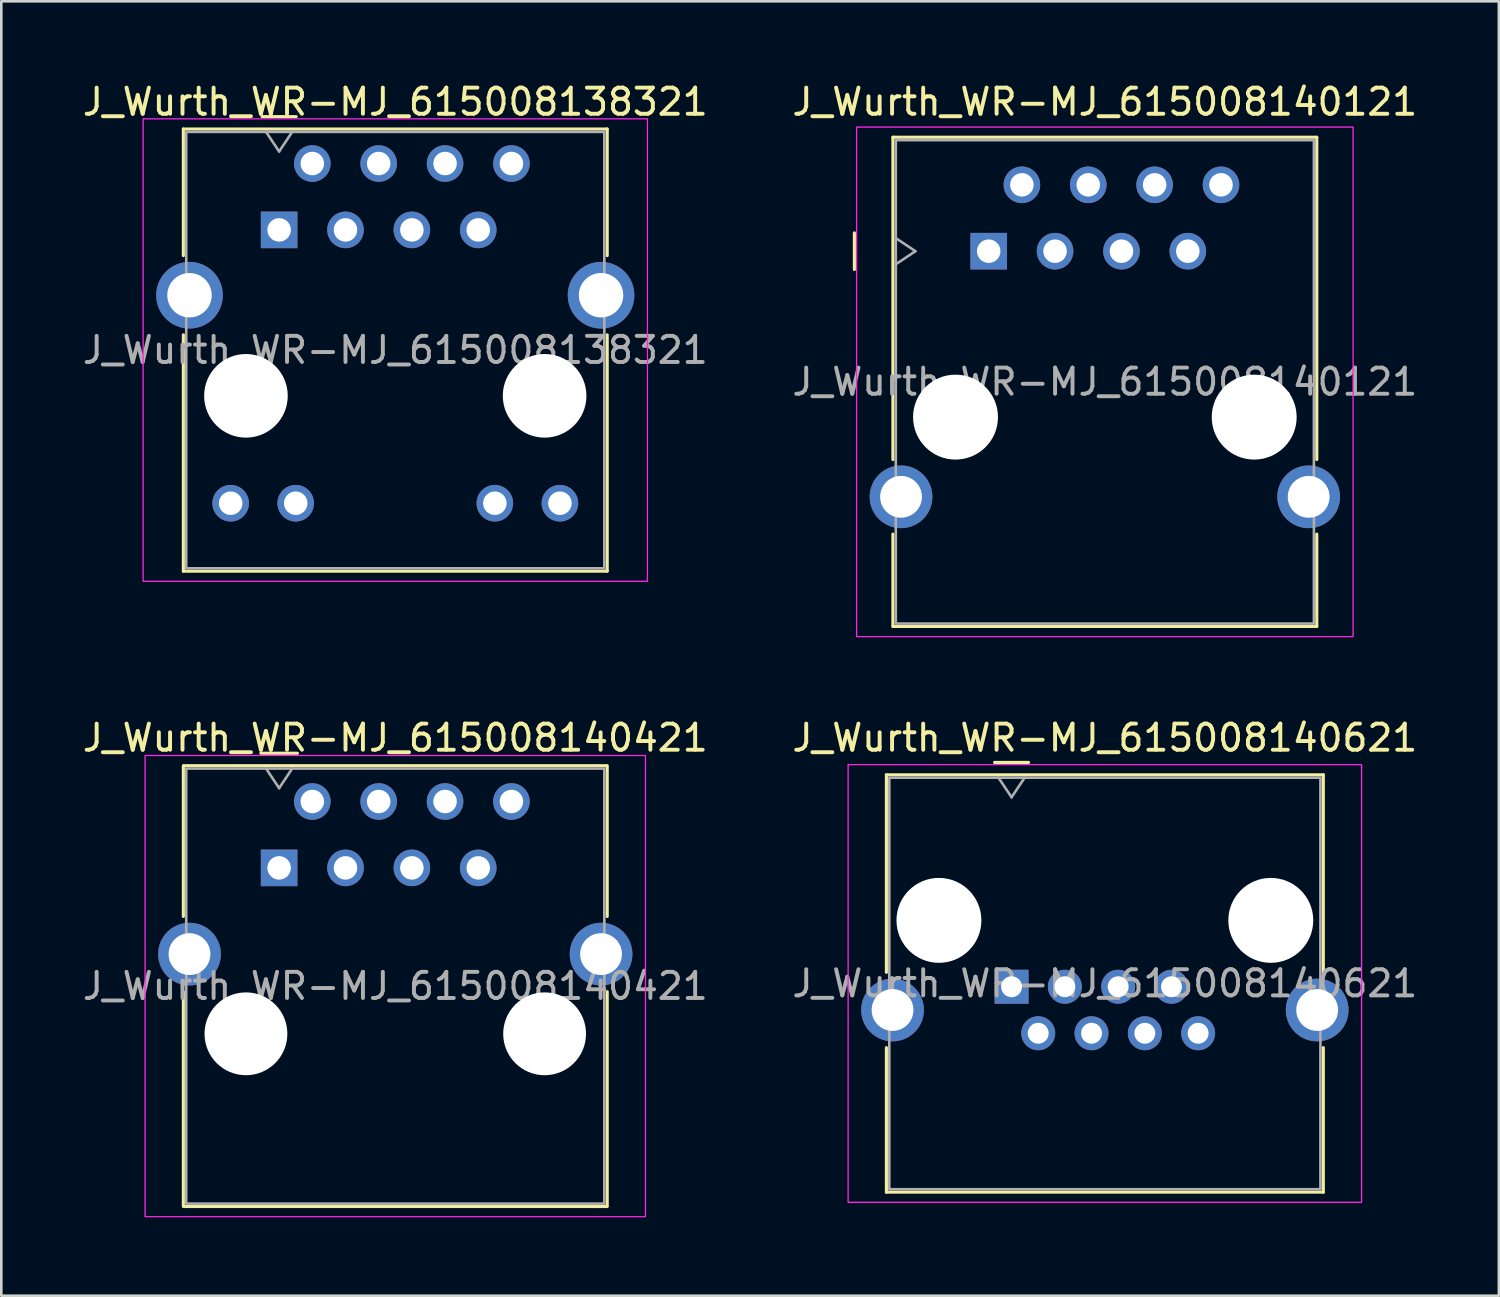
<source format=kicad_pcb>
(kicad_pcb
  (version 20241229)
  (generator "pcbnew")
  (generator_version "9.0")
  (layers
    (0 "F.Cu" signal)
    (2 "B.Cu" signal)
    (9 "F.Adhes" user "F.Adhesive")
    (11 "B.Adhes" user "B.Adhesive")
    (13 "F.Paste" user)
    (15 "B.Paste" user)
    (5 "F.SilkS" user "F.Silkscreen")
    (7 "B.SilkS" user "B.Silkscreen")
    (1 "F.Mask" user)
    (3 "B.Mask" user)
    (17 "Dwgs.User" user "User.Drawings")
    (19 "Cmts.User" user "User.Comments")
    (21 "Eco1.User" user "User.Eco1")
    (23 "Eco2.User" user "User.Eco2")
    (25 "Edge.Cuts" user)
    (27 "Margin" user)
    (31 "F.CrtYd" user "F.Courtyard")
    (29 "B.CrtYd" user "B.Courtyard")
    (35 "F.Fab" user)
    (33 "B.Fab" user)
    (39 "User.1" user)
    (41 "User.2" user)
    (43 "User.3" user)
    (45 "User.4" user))
  (footprint "J_Wurth_WR-MJ_615008140421"
    (layer "F.Cu")
    (at 7.632 30.163)
    (property "Reference" "J_Wurth_WR-MJ_615008140421" (at 4.445 -4.976 0) (unlocked yes) (layer "F.SilkS") (effects (font (size 1 1) (thickness 0.15))))
    (attr through_hole)
    (fp_line (start -3.665 1.859) (end -3.665 -3.901) (stroke (width 0.12) (type solid)) (layer "F.SilkS"))
    (fp_line (start -3.665 4.741) (end -3.665 12.949) (stroke (width 0.12) (type solid)) (layer "F.SilkS"))
    (fp_line (start -3.655 -3.911) (end 12.545 -3.911) (stroke (width 0.12) (type solid)) (layer "F.SilkS"))
    (fp_line (start -3.655 12.959) (end 12.545 12.959) (stroke (width 0.12) (type solid)) (layer "F.SilkS"))
    (fp_line (start 0.7 -4.386) (end -0.7 -4.386) (stroke (width 0.12) (type solid)) (layer "F.SilkS"))
    (fp_line (start 12.555 -3.901) (end 12.555 1.859) (stroke (width 0.12) (type solid)) (layer "F.SilkS"))
    (fp_line (start 12.555 12.949) (end 12.555 4.741) (stroke (width 0.12) (type solid)) (layer "F.SilkS"))
    (fp_rect (start -5.13 -4.301) (end 14.02 13.349) (stroke (width 0.05) (type solid)) (fill no) (layer "F.CrtYd"))
    (fp_line (start 0 -3.051) (end -0.5 -3.801) (stroke (width 0.1) (type solid)) (layer "F.Fab"))
    (fp_line (start 0 -3.051) (end 0.5 -3.801) (stroke (width 0.1) (type solid)) (layer "F.Fab"))
    (fp_rect (start -3.555 -3.801) (end 12.445 12.849) (stroke (width 0.1) (type solid)) (fill no) (layer "F.Fab"))
    (fp_text user "${REFERENCE}" (at 4.445 4.524 0) (unlocked yes) (layer "F.Fab") (effects (font (size 1 1) (thickness 0.15))))
    (pad "" np_thru_hole circle (at -1.27 6.35) (size 3.17 3.17) (drill 3.17) (layers "*.Cu" "*.Mask"))
    (pad "" np_thru_hole circle (at 10.16 6.35) (size 3.17 3.17) (drill 3.17) (layers "*.Cu" "*.Mask"))
    (pad "1" thru_hole rect (at 0 0) (size 1.4 1.4) (drill 0.9) (layers "*.Cu" "*.Mask"))
    (pad "2" thru_hole circle (at 1.27 -2.54) (size 1.4 1.4) (drill 0.9) (layers "*.Cu" "*.Mask"))
    (pad "3" thru_hole circle (at 2.54 0) (size 1.4 1.4) (drill 0.9) (layers "*.Cu" "*.Mask"))
    (pad "4" thru_hole circle (at 3.81 -2.54) (size 1.4 1.4) (drill 0.9) (layers "*.Cu" "*.Mask"))
    (pad "5" thru_hole circle (at 5.08 0) (size 1.4 1.4) (drill 0.9) (layers "*.Cu" "*.Mask"))
    (pad "6" thru_hole circle (at 6.35 -2.54) (size 1.4 1.4) (drill 0.9) (layers "*.Cu" "*.Mask"))
    (pad "7" thru_hole circle (at 7.62 0) (size 1.4 1.4) (drill 0.9) (layers "*.Cu" "*.Mask"))
    (pad "8" thru_hole circle (at 8.89 -2.54) (size 1.4 1.4) (drill 0.9) (layers "*.Cu" "*.Mask"))
    (pad "S1" thru_hole circle (at -3.43 3.3) (size 2.4 2.4) (drill 1.6) (layers "*.Cu" "*.Mask"))
    (pad "S2" thru_hole circle (at 12.32 3.3) (size 2.4 2.4) (drill 1.6) (layers "*.Cu" "*.Mask")))
  (footprint "J_Wurth_WR-MJ_615008138321"
    (layer "F.Cu")
    (at 7.632 5.748)
    (property "Reference" "J_Wurth_WR-MJ_615008138321" (at 4.445 -4.9 0) (unlocked yes) (layer "F.SilkS") (effects (font (size 1 1) (thickness 0.15))))
    (attr through_hole)
    (fp_line (start -3.665 0.983) (end -3.665 -3.86) (stroke (width 0.12) (type solid)) (layer "F.SilkS"))
    (fp_line (start -3.665 4.017) (end -3.665 13.06) (stroke (width 0.12) (type solid)) (layer "F.SilkS"))
    (fp_line (start 0.65 -4.335) (end -0.65 -4.335) (stroke (width 0.12) (type solid)) (layer "F.SilkS"))
    (fp_line (start 12.555 -3.86) (end -3.665 -3.86) (stroke (width 0.12) (type solid)) (layer "F.SilkS"))
    (fp_line (start 12.555 0.983) (end 12.555 -3.86) (stroke (width 0.12) (type solid)) (layer "F.SilkS"))
    (fp_line (start 12.555 4.017) (end 12.555 13.06) (stroke (width 0.12) (type solid)) (layer "F.SilkS"))
    (fp_line (start 12.555 13.06) (end -3.665 13.06) (stroke (width 0.12) (type solid)) (layer "F.SilkS"))
    (fp_rect (start -5.205 -4.25) (end 14.095 13.45) (stroke (width 0.05) (type solid)) (fill no) (layer "F.CrtYd"))
    (fp_line (start 0 -3) (end -0.5 -3.75) (stroke (width 0.1) (type solid)) (layer "F.Fab"))
    (fp_line (start 0 -3) (end 0.5 -3.75) (stroke (width 0.1) (type solid)) (layer "F.Fab"))
    (fp_rect (start -3.555 -3.75) (end 12.445 12.95) (stroke (width 0.1) (type solid)) (fill no) (layer "F.Fab"))
    (fp_text user "${REFERENCE}" (at 4.445 4.6 0) (unlocked yes) (layer "F.Fab") (effects (font (size 1 1) (thickness 0.15))))
    (pad "" np_thru_hole circle (at -1.27 6.35) (size 3.2 3.2) (drill 3.2) (layers "*.Cu" "*.Mask"))
    (pad "" np_thru_hole circle (at 10.16 6.35) (size 3.2 3.2) (drill 3.2) (layers "*.Cu" "*.Mask"))
    (pad "1" thru_hole rect (at 0 0 180) (size 1.4 1.4) (drill 0.9) (layers "*.Cu" "*.Mask"))
    (pad "2" thru_hole circle (at 1.27 -2.54 180) (size 1.4 1.4) (drill 0.9) (layers "*.Cu" "*.Mask"))
    (pad "3" thru_hole circle (at 2.54 0 180) (size 1.4 1.4) (drill 0.9) (layers "*.Cu" "*.Mask"))
    (pad "4" thru_hole circle (at 3.81 -2.54 180) (size 1.4 1.4) (drill 0.9) (layers "*.Cu" "*.Mask"))
    (pad "5" thru_hole circle (at 5.08 0 180) (size 1.4 1.4) (drill 0.9) (layers "*.Cu" "*.Mask"))
    (pad "6" thru_hole circle (at 6.35 -2.54 180) (size 1.4 1.4) (drill 0.9) (layers "*.Cu" "*.Mask"))
    (pad "7" thru_hole circle (at 7.62 0 180) (size 1.4 1.4) (drill 0.9) (layers "*.Cu" "*.Mask"))
    (pad "8" thru_hole circle (at 8.89 -2.54 180) (size 1.4 1.4) (drill 0.9) (layers "*.Cu" "*.Mask"))
    (pad "9" thru_hole circle (at 10.745 10.46 180) (size 1.4 1.4) (drill 0.9) (layers "*.Cu" "*.Mask"))
    (pad "10" thru_hole circle (at 8.255 10.46 180) (size 1.4 1.4) (drill 0.9) (layers "*.Cu" "*.Mask"))
    (pad "11" thru_hole circle (at 0.635 10.46 180) (size 1.4 1.4) (drill 0.9) (layers "*.Cu" "*.Mask"))
    (pad "12" thru_hole circle (at -1.855 10.46 180) (size 1.4 1.4) (drill 0.9) (layers "*.Cu" "*.Mask"))
    (pad "S1" thru_hole circle (at -3.43 2.5 180) (size 2.55 2.55) (drill 1.7) (layers "*.Cu" "*.Mask"))
    (pad "S2" thru_hole circle (at 12.32 2.5 180) (size 2.55 2.55) (drill 1.7) (layers "*.Cu" "*.Mask")))
  (footprint "J_Wurth_WR-MJ_615008140121"
    (layer "F.Cu")
    (at 34.787 6.563)
    (property "Reference" "J_Wurth_WR-MJ_615008140121" (at 4.445 -5.715 0) (unlocked yes) (layer "F.SilkS") (effects (font (size 1 1) (thickness 0.15))))
    (attr through_hole)
    (fp_line (start -5.14 -0.7) (end -5.14 0.7) (stroke (width 0.12) (type solid)) (layer "F.SilkS"))
    (fp_line (start -3.665 7.973) (end -3.665 -4.36) (stroke (width 0.12) (type solid)) (layer "F.SilkS"))
    (fp_line (start -3.665 10.827) (end -3.665 14.36) (stroke (width 0.12) (type solid)) (layer "F.SilkS"))
    (fp_line (start 12.555 -4.36) (end -3.665 -4.36) (stroke (width 0.12) (type solid)) (layer "F.SilkS"))
    (fp_line (start 12.555 7.973) (end 12.555 -4.36) (stroke (width 0.12) (type solid)) (layer "F.SilkS"))
    (fp_line (start 12.555 10.827) (end 12.555 14.36) (stroke (width 0.12) (type solid)) (layer "F.SilkS"))
    (fp_line (start 12.555 14.36) (end -3.665 14.36) (stroke (width 0.12) (type solid)) (layer "F.SilkS"))
    (fp_rect (start -5.055 -4.75) (end 13.945 14.75) (stroke (width 0.05) (type solid)) (fill no) (layer "F.CrtYd"))
    (fp_line (start -2.805 0) (end -3.555 -0.5) (stroke (width 0.1) (type solid)) (layer "F.Fab"))
    (fp_line (start -2.805 0) (end -3.555 0.5) (stroke (width 0.1) (type solid)) (layer "F.Fab"))
    (fp_rect (start -3.555 -4.25) (end 12.445 14.25) (stroke (width 0.1) (type solid)) (fill no) (layer "F.Fab"))
    (fp_text user "${REFERENCE}" (at 4.445 5 0) (unlocked yes) (layer "F.Fab") (effects (font (size 1 1) (thickness 0.15))))
    (pad "" np_thru_hole circle (at -1.27 6.35) (size 3.25 3.25) (drill 3.25) (layers "*.Cu" "*.Mask"))
    (pad "" np_thru_hole circle (at 10.16 6.35) (size 3.25 3.25) (drill 3.25) (layers "*.Cu" "*.Mask"))
    (pad "1" thru_hole rect (at 0 0) (size 1.4 1.4) (drill 0.9) (layers "*.Cu" "*.Mask"))
    (pad "2" thru_hole circle (at 1.27 -2.54) (size 1.4 1.4) (drill 0.9) (layers "*.Cu" "*.Mask"))
    (pad "3" thru_hole circle (at 2.54 0) (size 1.4 1.4) (drill 0.9) (layers "*.Cu" "*.Mask"))
    (pad "4" thru_hole circle (at 3.81 -2.54) (size 1.4 1.4) (drill 0.9) (layers "*.Cu" "*.Mask"))
    (pad "5" thru_hole circle (at 5.08 0) (size 1.4 1.4) (drill 0.9) (layers "*.Cu" "*.Mask"))
    (pad "6" thru_hole circle (at 6.35 -2.54) (size 1.4 1.4) (drill 0.9) (layers "*.Cu" "*.Mask"))
    (pad "7" thru_hole circle (at 7.62 0) (size 1.4 1.4) (drill 0.9) (layers "*.Cu" "*.Mask"))
    (pad "8" thru_hole circle (at 8.89 -2.54) (size 1.4 1.4) (drill 0.9) (layers "*.Cu" "*.Mask"))
    (pad "S1" thru_hole circle (at -3.355 9.4) (size 2.4 2.4) (drill 1.6) (layers "*.Cu" "*.Mask"))
    (pad "S2" thru_hole circle (at 12.245 9.4) (size 2.4 2.4) (drill 1.6) (layers "*.Cu" "*.Mask")))
  (footprint "J_Wurth_WR-MJ_615008140621"
    (layer "F.Cu")
    (at 35.662 34.712)
    (property "Reference" "J_Wurth_WR-MJ_615008140621" (at 3.57 -9.525 0) (unlocked yes) (layer "F.SilkS") (effects (font (size 1 1) (thickness 0.15))))
    (attr through_hole)
    (fp_line (start -4.79 2.331) (end -4.79 7.86) (stroke (width 0.12) (type solid)) (layer "F.SilkS"))
    (fp_line (start -4.79 -0.551) (end -4.79 -8.11) (stroke (width 0.12) (type solid)) (layer "F.SilkS"))
    (fp_line (start 0.65 -8.585) (end -0.65 -8.585) (stroke (width 0.12) (type solid)) (layer "F.SilkS"))
    (fp_line (start 11.93 -8.11) (end -4.79 -8.11) (stroke (width 0.12) (type solid)) (layer "F.SilkS"))
    (fp_line (start 11.93 -0.551) (end 11.93 -8.11) (stroke (width 0.12) (type solid)) (layer "F.SilkS"))
    (fp_line (start 11.93 2.331) (end 11.93 7.86) (stroke (width 0.12) (type solid)) (layer "F.SilkS"))
    (fp_line (start 11.93 7.86) (end -4.79 7.86) (stroke (width 0.12) (type solid)) (layer "F.SilkS"))
    (fp_rect (start -6.255 -8.5) (end 13.395 8.25) (stroke (width 0.05) (type solid)) (fill no) (layer "F.CrtYd"))
    (fp_line (start 0 -7.25) (end -0.5 -8) (stroke (width 0.1) (type solid)) (layer "F.Fab"))
    (fp_line (start 0 -7.25) (end 0.5 -8) (stroke (width 0.1) (type solid)) (layer "F.Fab"))
    (fp_rect (start -4.68 -8) (end 11.82 7.75) (stroke (width 0.1) (type solid)) (fill no) (layer "F.Fab"))
    (fp_text user "${REFERENCE}" (at 3.57 -0.125 0) (unlocked yes) (layer "F.Fab") (effects (font (size 1 1) (thickness 0.15))))
    (pad "" np_thru_hole circle (at -2.78 -2.54 180) (size 3.25 3.25) (drill 3.25) (layers "*.Cu" "*.Mask"))
    (pad "" np_thru_hole circle (at 9.92 -2.54 180) (size 3.25 3.25) (drill 3.25) (layers "*.Cu" "*.Mask"))
    (pad "1" thru_hole rect (at 0 0 180) (size 1.3 1.3) (drill 0.8) (layers "*.Cu" "*.Mask"))
    (pad "2" thru_hole circle (at 1.02 1.78 180) (size 1.3 1.3) (drill 0.8) (layers "*.Cu" "*.Mask"))
    (pad "3" thru_hole circle (at 2.04 0 180) (size 1.3 1.3) (drill 0.8) (layers "*.Cu" "*.Mask"))
    (pad "4" thru_hole circle (at 3.06 1.78 180) (size 1.3 1.3) (drill 0.8) (layers "*.Cu" "*.Mask"))
    (pad "5" thru_hole circle (at 4.08 0 180) (size 1.3 1.3) (drill 0.8) (layers "*.Cu" "*.Mask"))
    (pad "6" thru_hole circle (at 5.1 1.78 180) (size 1.3 1.3) (drill 0.8) (layers "*.Cu" "*.Mask"))
    (pad "7" thru_hole circle (at 6.12 0 180) (size 1.3 1.3) (drill 0.8) (layers "*.Cu" "*.Mask"))
    (pad "8" thru_hole circle (at 7.14 1.78 180) (size 1.3 1.3) (drill 0.8) (layers "*.Cu" "*.Mask"))
    (pad "S1" thru_hole circle (at 11.695 0.89 180) (size 2.4 2.4) (drill 1.6) (layers "*.Cu" "*.Mask"))
    (pad "S2" thru_hole circle (at -4.555 0.89 180) (size 2.4 2.4) (drill 1.6) (layers "*.Cu" "*.Mask")))
  (gr_rect
    (start -3 -3)
    (end 54.31 46.536)
    (stroke (width 0.1) (type default))
    (fill no)
    (layer "Edge.Cuts")))
</source>
